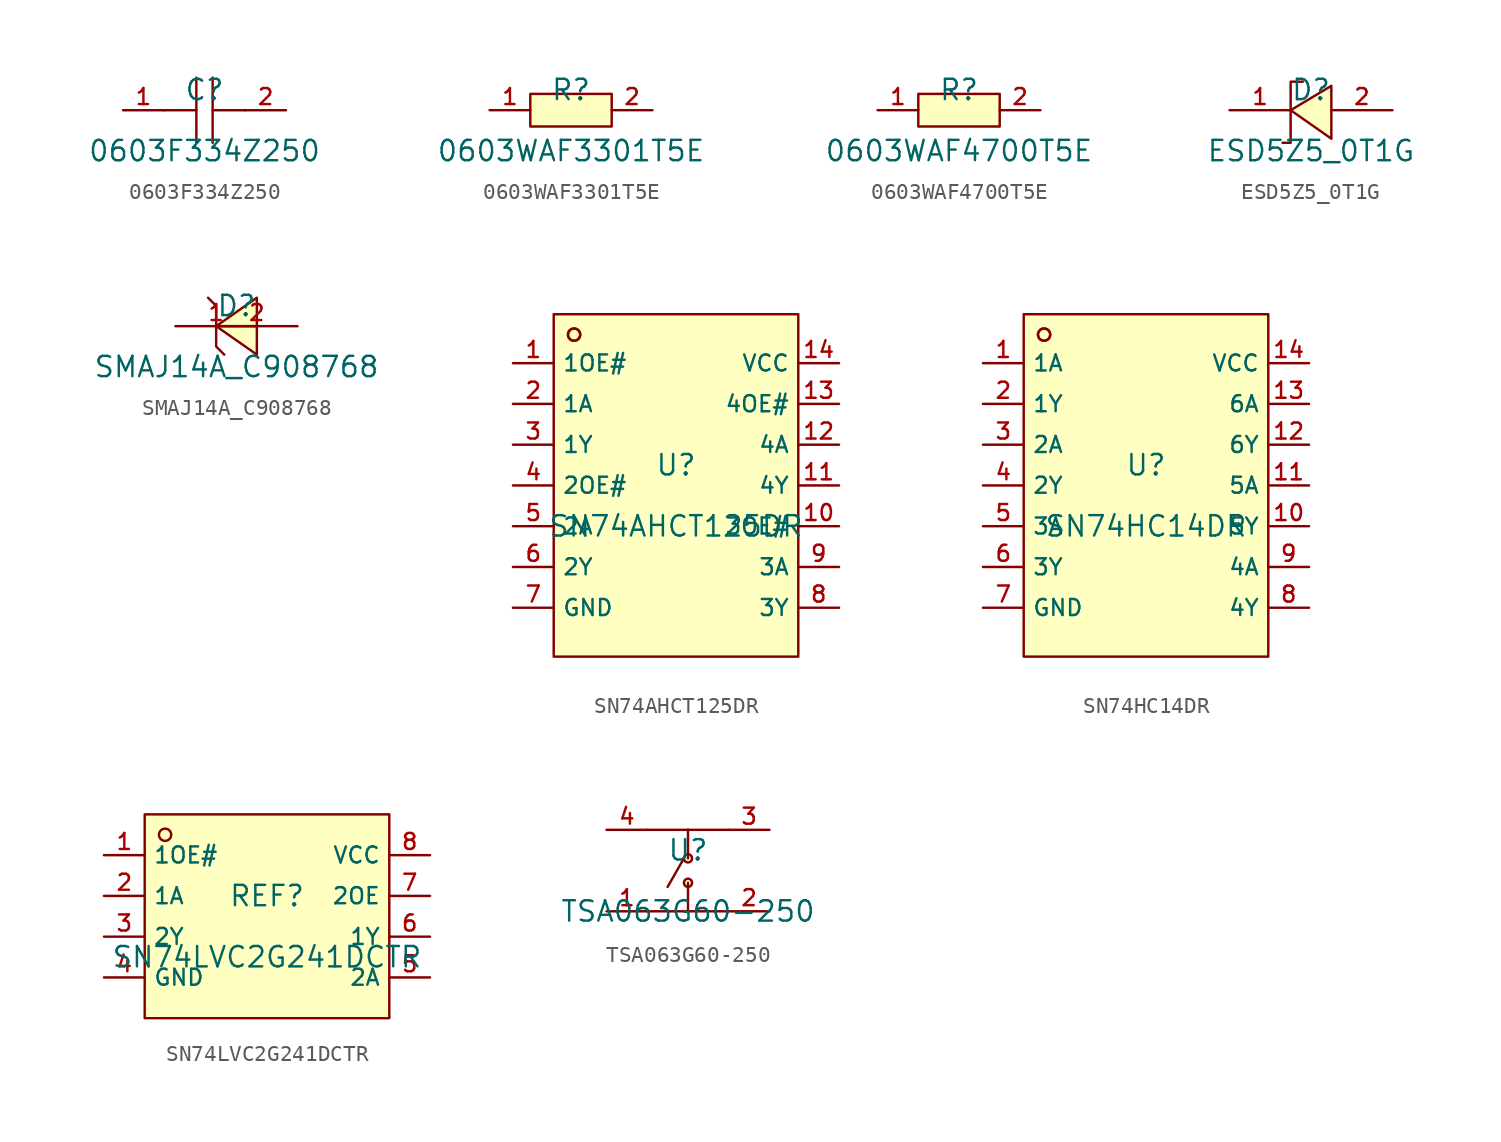
<source format=kicad_sym>
(kicad_symbol_lib
  (version 20210201)
  (generator TousstNicolas/JLC2KiCad_lib)
  (symbol "0603F334Z250"
    (pin_names hide)
    (property "Reference" "C"
      (at 0 1.27 0)
      (effects (font (size 1.27 1.27))))
    (property "Value" "0603F334Z250"
      (at 0 -2.54 0)
      (effects (font (size 1.27 1.27))))
    (symbol "0603F334Z250_0_1"
      (polyline (pts (xy -0.508 -2.032) (xy -0.508 2.032)) (stroke (width 0) (type default) (color 0 0 0 0)) (fill (type none)))
      (pin unspecified line (at -5.08 -0.0 0) (length 2.54) (name "1" (effects (font (size 1 1)))) (number "1" (effects (font (size 1 1)))))
      (polyline (pts (xy 2.54 -0.0) (xy 0.508 -0.0)) (stroke (width 0) (type default) (color 0 0 0 0)) (fill (type none)))
      (polyline (pts (xy 0.508 2.032) (xy 0.508 -2.032)) (stroke (width 0) (type default) (color 0 0 0 0)) (fill (type none)))
      (pin unspecified line (at 5.08 -0.0 180) (length 2.54) (name "2" (effects (font (size 1 1)))) (number "2" (effects (font (size 1 1)))))
      (polyline (pts (xy -0.508 -0.0) (xy -2.54 -0.0)) (stroke (width 0) (type default) (color 0 0 0 0)) (fill (type none)))))
  (symbol "0603WAF3301T5E"
    (pin_names hide)
    (property "Reference" "R"
      (at 0 1.27 0)
      (effects (font (size 1.27 1.27))))
    (property "Value" "0603WAF3301T5E"
      (at 0 -2.54 0)
      (effects (font (size 1.27 1.27))))
    (symbol "0603WAF3301T5E_0_1"
      (pin input line (at 5.08 -0.0 180) (length 2.54) (name "2" (effects (font (size 1 1)))) (number "2" (effects (font (size 1 1)))))
      (pin input line (at -5.08 -0.0 0) (length 2.54) (name "1" (effects (font (size 1 1)))) (number "1" (effects (font (size 1 1)))))
      (rectangle (start -2.54 1.016) (end 2.54 -1.016) (stroke (width 0) (type default) (color 0 0 0 0)) (fill (type background)))))
  (symbol "0603WAF4700T5E"
    (pin_names hide)
    (property "Reference" "R"
      (at 0 1.27 0)
      (effects (font (size 1.27 1.27))))
    (property "Value" "0603WAF4700T5E"
      (at 0 -2.54 0)
      (effects (font (size 1.27 1.27))))
    (symbol "0603WAF4700T5E_0_1"
      (pin input line (at 5.08 -0.0 180) (length 2.54) (name "2" (effects (font (size 1 1)))) (number "2" (effects (font (size 1 1)))))
      (pin input line (at -5.08 -0.0 0) (length 2.54) (name "1" (effects (font (size 1 1)))) (number "1" (effects (font (size 1 1)))))
      (rectangle (start -2.54 1.016) (end 2.54 -1.016) (stroke (width 0) (type default) (color 0 0 0 0)) (fill (type background)))))
  (symbol "ESD5Z5_0T1G"
    (pin_names hide)
    (property "Reference" "D"
      (at 0 1.27 0)
      (effects (font (size 1.27 1.27))))
    (property "Value" "ESD5Z5_0T1G"
      (at 0 -2.54 0)
      (effects (font (size 1.27 1.27))))
    (symbol "ESD5Z5_0T1G_0_1"
      (pin unspecified line (at 5.08 -0.0 180) (length 3.81) (name "A" (effects (font (size 1 1)))) (number "2" (effects (font (size 1 1)))))
      (pin unspecified line (at -5.08 -0.0 0) (length 3.81) (name "C" (effects (font (size 1 1)))) (number "1" (effects (font (size 1 1)))))
      (polyline (pts (xy 1.27 1.524) (xy -1.27 -0.0) (xy 1.27 -1.778) (xy 1.27 1.524)) (stroke (width 0) (type default) (color 0 0 0 0)) (fill (type background)))
      (polyline (pts (xy -1.778 -2.032) (xy -1.27 -2.032) (xy -1.27 1.778) (xy -0.508 1.778)) (stroke (width 0) (type default) (color 0 0 0 0)) (fill (type none)))))
  (symbol "SMAJ14A_C908768"
    (pin_names hide)
    (property "Reference" "D"
      (at 0 1.27 0)
      (effects (font (size 1.27 1.27))))
    (property "Value" "SMAJ14A_C908768"
      (at 0 -2.54 0)
      (effects (font (size 1.27 1.27))))
    (symbol "SMAJ14A_C908768_0_1"
      (pin unspecified line (at 3.81 -0.0 180) (length 5.08) (name "2" (effects (font (size 1 1)))) (number "2" (effects (font (size 1 1)))))
      (pin unspecified line (at -3.81 -0.0 0) (length 5.08) (name "1" (effects (font (size 1 1)))) (number "1" (effects (font (size 1 1)))))
      (polyline (pts (xy 1.27 1.778) (xy -1.27 -0.0) (xy 1.27 -1.778) (xy 1.27 1.778)) (stroke (width 0) (type default) (color 0 0 0 0)) (fill (type background)))
      (polyline (pts (xy -1.778 1.778) (xy -1.27 1.27) (xy -1.27 -1.27) (xy -0.762 -1.778)) (stroke (width 0) (type default) (color 0 0 0 0)) (fill (type none)))))
  (symbol "SN74AHCT125DR"
    (property "Reference" "U"
      (at 0 1.27 0)
      (effects (font (size 1.27 1.27))))
    (property "Value" "SN74AHCT125DR"
      (at 0 -2.54 0)
      (effects (font (size 1.27 1.27))))
    (symbol "SN74AHCT125DR_0_1"
      (circle (center -6.35 9.398) (radius 0.381) (stroke (width 0) (type default) (color 0 0 0 0)) (fill (type background)))
      (rectangle (start -7.62 10.668) (end 7.62 -10.668) (stroke (width 0) (type default) (color 0 0 0 0)) (fill (type background)))
      (circle (center -6.35 9.398) (radius 0.381) (stroke (width 0) (type default) (color 0 0 0 0)) (fill (type background)))
      (pin unspecified line (at -10.16 7.62 0) (length 2.54) (name "1OE#" (effects (font (size 1 1)))) (number "1" (effects (font (size 1 1)))))
      (pin unspecified line (at -10.16 5.08 0) (length 2.54) (name "1A" (effects (font (size 1 1)))) (number "2" (effects (font (size 1 1)))))
      (pin unspecified line (at -10.16 2.54 0) (length 2.54) (name "1Y" (effects (font (size 1 1)))) (number "3" (effects (font (size 1 1)))))
      (pin unspecified line (at -10.16 -0.0 0) (length 2.54) (name "2OE#" (effects (font (size 1 1)))) (number "4" (effects (font (size 1 1)))))
      (pin unspecified line (at -10.16 -2.54 0) (length 2.54) (name "2A" (effects (font (size 1 1)))) (number "5" (effects (font (size 1 1)))))
      (pin unspecified line (at -10.16 -5.08 0) (length 2.54) (name "2Y" (effects (font (size 1 1)))) (number "6" (effects (font (size 1 1)))))
      (pin unspecified line (at -10.16 -7.62 0) (length 2.54) (name "GND" (effects (font (size 1 1)))) (number "7" (effects (font (size 1 1)))))
      (pin unspecified line (at 10.16 -7.62 180) (length 2.54) (name "3Y" (effects (font (size 1 1)))) (number "8" (effects (font (size 1 1)))))
      (pin unspecified line (at 10.16 -5.08 180) (length 2.54) (name "3A" (effects (font (size 1 1)))) (number "9" (effects (font (size 1 1)))))
      (pin unspecified line (at 10.16 -2.54 180) (length 2.54) (name "3OE#" (effects (font (size 1 1)))) (number "10" (effects (font (size 1 1)))))
      (pin unspecified line (at 10.16 -0.0 180) (length 2.54) (name "4Y" (effects (font (size 1 1)))) (number "11" (effects (font (size 1 1)))))
      (pin unspecified line (at 10.16 2.54 180) (length 2.54) (name "4A" (effects (font (size 1 1)))) (number "12" (effects (font (size 1 1)))))
      (pin unspecified line (at 10.16 5.08 180) (length 2.54) (name "4OE#" (effects (font (size 1 1)))) (number "13" (effects (font (size 1 1)))))
      (pin unspecified line (at 10.16 7.62 180) (length 2.54) (name "VCC" (effects (font (size 1 1)))) (number "14" (effects (font (size 1 1)))))))
  (symbol "SN74HC14DR"
    (property "Reference" "U"
      (at 0 1.27 0)
      (effects (font (size 1.27 1.27))))
    (property "Value" "SN74HC14DR"
      (at 0 -2.54 0)
      (effects (font (size 1.27 1.27))))
    (symbol "SN74HC14DR_0_1"
      (circle (center -6.35 9.398) (radius 0.381) (stroke (width 0) (type default) (color 0 0 0 0)) (fill (type background)))
      (rectangle (start -7.62 10.668) (end 7.62 -10.668) (stroke (width 0) (type default) (color 0 0 0 0)) (fill (type background)))
      (circle (center -6.35 9.398) (radius 0.381) (stroke (width 0) (type default) (color 0 0 0 0)) (fill (type background)))
      (pin unspecified line (at -10.16 7.62 0) (length 2.54) (name "1A" (effects (font (size 1 1)))) (number "1" (effects (font (size 1 1)))))
      (pin unspecified line (at -10.16 5.08 0) (length 2.54) (name "1Y" (effects (font (size 1 1)))) (number "2" (effects (font (size 1 1)))))
      (pin unspecified line (at -10.16 2.54 0) (length 2.54) (name "2A" (effects (font (size 1 1)))) (number "3" (effects (font (size 1 1)))))
      (pin unspecified line (at -10.16 -0.0 0) (length 2.54) (name "2Y" (effects (font (size 1 1)))) (number "4" (effects (font (size 1 1)))))
      (pin unspecified line (at -10.16 -2.54 0) (length 2.54) (name "3A" (effects (font (size 1 1)))) (number "5" (effects (font (size 1 1)))))
      (pin unspecified line (at -10.16 -5.08 0) (length 2.54) (name "3Y" (effects (font (size 1 1)))) (number "6" (effects (font (size 1 1)))))
      (pin unspecified line (at -10.16 -7.62 0) (length 2.54) (name "GND" (effects (font (size 1 1)))) (number "7" (effects (font (size 1 1)))))
      (pin unspecified line (at 10.16 -7.62 180) (length 2.54) (name "4Y" (effects (font (size 1 1)))) (number "8" (effects (font (size 1 1)))))
      (pin unspecified line (at 10.16 -5.08 180) (length 2.54) (name "4A" (effects (font (size 1 1)))) (number "9" (effects (font (size 1 1)))))
      (pin unspecified line (at 10.16 -2.54 180) (length 2.54) (name "5Y" (effects (font (size 1 1)))) (number "10" (effects (font (size 1 1)))))
      (pin unspecified line (at 10.16 -0.0 180) (length 2.54) (name "5A" (effects (font (size 1 1)))) (number "11" (effects (font (size 1 1)))))
      (pin unspecified line (at 10.16 2.54 180) (length 2.54) (name "6Y" (effects (font (size 1 1)))) (number "12" (effects (font (size 1 1)))))
      (pin unspecified line (at 10.16 5.08 180) (length 2.54) (name "6A" (effects (font (size 1 1)))) (number "13" (effects (font (size 1 1)))))
      (pin unspecified line (at 10.16 7.62 180) (length 2.54) (name "VCC" (effects (font (size 1 1)))) (number "14" (effects (font (size 1 1)))))))
  (symbol "SN74LVC2G241DCTR"
    (property "Reference" "REF"
      (at 0 1.27 0)
      (effects (font (size 1.27 1.27))))
    (property "Value" "SN74LVC2G241DCTR"
      (at 0 -2.54 0)
      (effects (font (size 1.27 1.27))))
    (symbol "SN74LVC2G241DCTR_0_1"
      (rectangle (start -7.62 6.35) (end 7.62 -6.35) (stroke (width 0) (type default) (color 0 0 0 0)) (fill (type background)))
      (circle (center -6.35 5.08) (radius 0.381) (stroke (width 0) (type default) (color 0 0 0 0)) (fill (type background)))
      (pin unspecified line (at -10.16 3.81 0) (length 2.54) (name "1OE#" (effects (font (size 1 1)))) (number "1" (effects (font (size 1 1)))))
      (pin unspecified line (at -10.16 1.27 0) (length 2.54) (name "1A" (effects (font (size 1 1)))) (number "2" (effects (font (size 1 1)))))
      (pin unspecified line (at -10.16 -1.27 0) (length 2.54) (name "2Y" (effects (font (size 1 1)))) (number "3" (effects (font (size 1 1)))))
      (pin unspecified line (at -10.16 -3.81 0) (length 2.54) (name "GND" (effects (font (size 1 1)))) (number "4" (effects (font (size 1 1)))))
      (pin unspecified line (at 10.16 -3.81 180) (length 2.54) (name "2A" (effects (font (size 1 1)))) (number "5" (effects (font (size 1 1)))))
      (pin unspecified line (at 10.16 -1.27 180) (length 2.54) (name "1Y" (effects (font (size 1 1)))) (number "6" (effects (font (size 1 1)))))
      (pin unspecified line (at 10.16 1.27 180) (length 2.54) (name "2OE" (effects (font (size 1 1)))) (number "7" (effects (font (size 1 1)))))
      (pin unspecified line (at 10.16 3.81 180) (length 2.54) (name "VCC" (effects (font (size 1 1)))) (number "8" (effects (font (size 1 1)))))))
  (symbol "TSA063G60-250"
    (pin_names hide)
    (property "Reference" "U"
      (at 0 1.27 0)
      (effects (font (size 1.27 1.27))))
    (property "Value" "TSA063G60-250"
      (at 0 -2.54 0)
      (effects (font (size 1.27 1.27))))
    (symbol "TSA063G60-250_0_1"
      (circle (center 0.0 -0.762) (radius 0.254) (stroke (width 0) (type default) (color 0 0 0 0)) (fill (type background)))
      (circle (center 0.0 0.762) (radius 0.254) (stroke (width 0) (type default) (color 0 0 0 0)) (fill (type background)))
      (pin unspecified line (at -5.08 2.54 0) (length 2.54) (name "4" (effects (font (size 1 1)))) (number "4" (effects (font (size 1 1)))))
      (pin unspecified line (at 5.08 2.54 180) (length 2.54) (name "3" (effects (font (size 1 1)))) (number "3" (effects (font (size 1 1)))))
      (pin unspecified line (at 5.08 -2.54 180) (length 2.54) (name "2" (effects (font (size 1 1)))) (number "2" (effects (font (size 1 1)))))
      (pin unspecified line (at -5.08 -2.54 0) (length 2.54) (name "1" (effects (font (size 1 1)))) (number "1" (effects (font (size 1 1)))))
      (polyline (pts (xy -1.27 -1.016) (xy -0.254 0.762)) (stroke (width 0) (type default) (color 0 0 0 0)) (fill (type none)))
      (polyline (pts (xy 0.0 -1.524) (xy 0.0 -0.762)) (stroke (width 0) (type default) (color 0 0 0 0)) (fill (type none)))
      (polyline (pts (xy 0.0 2.54) (xy 0.0 0.762)) (stroke (width 0) (type default) (color 0 0 0 0)) (fill (type none)))
      (polyline (pts (xy 0.0 -2.54) (xy 0.0 -1.524)) (stroke (width 0) (type default) (color 0 0 0 0)) (fill (type none)))
      (polyline (pts (xy 2.54 2.54) (xy -2.54 2.54)) (stroke (width 0) (type default) (color 0 0 0 0)) (fill (type none)))
      (polyline (pts (xy -2.54 -2.54) (xy 2.54 -2.54)) (stroke (width 0) (type default) (color 0 0 0 0)) (fill (type none))))))
</source>
